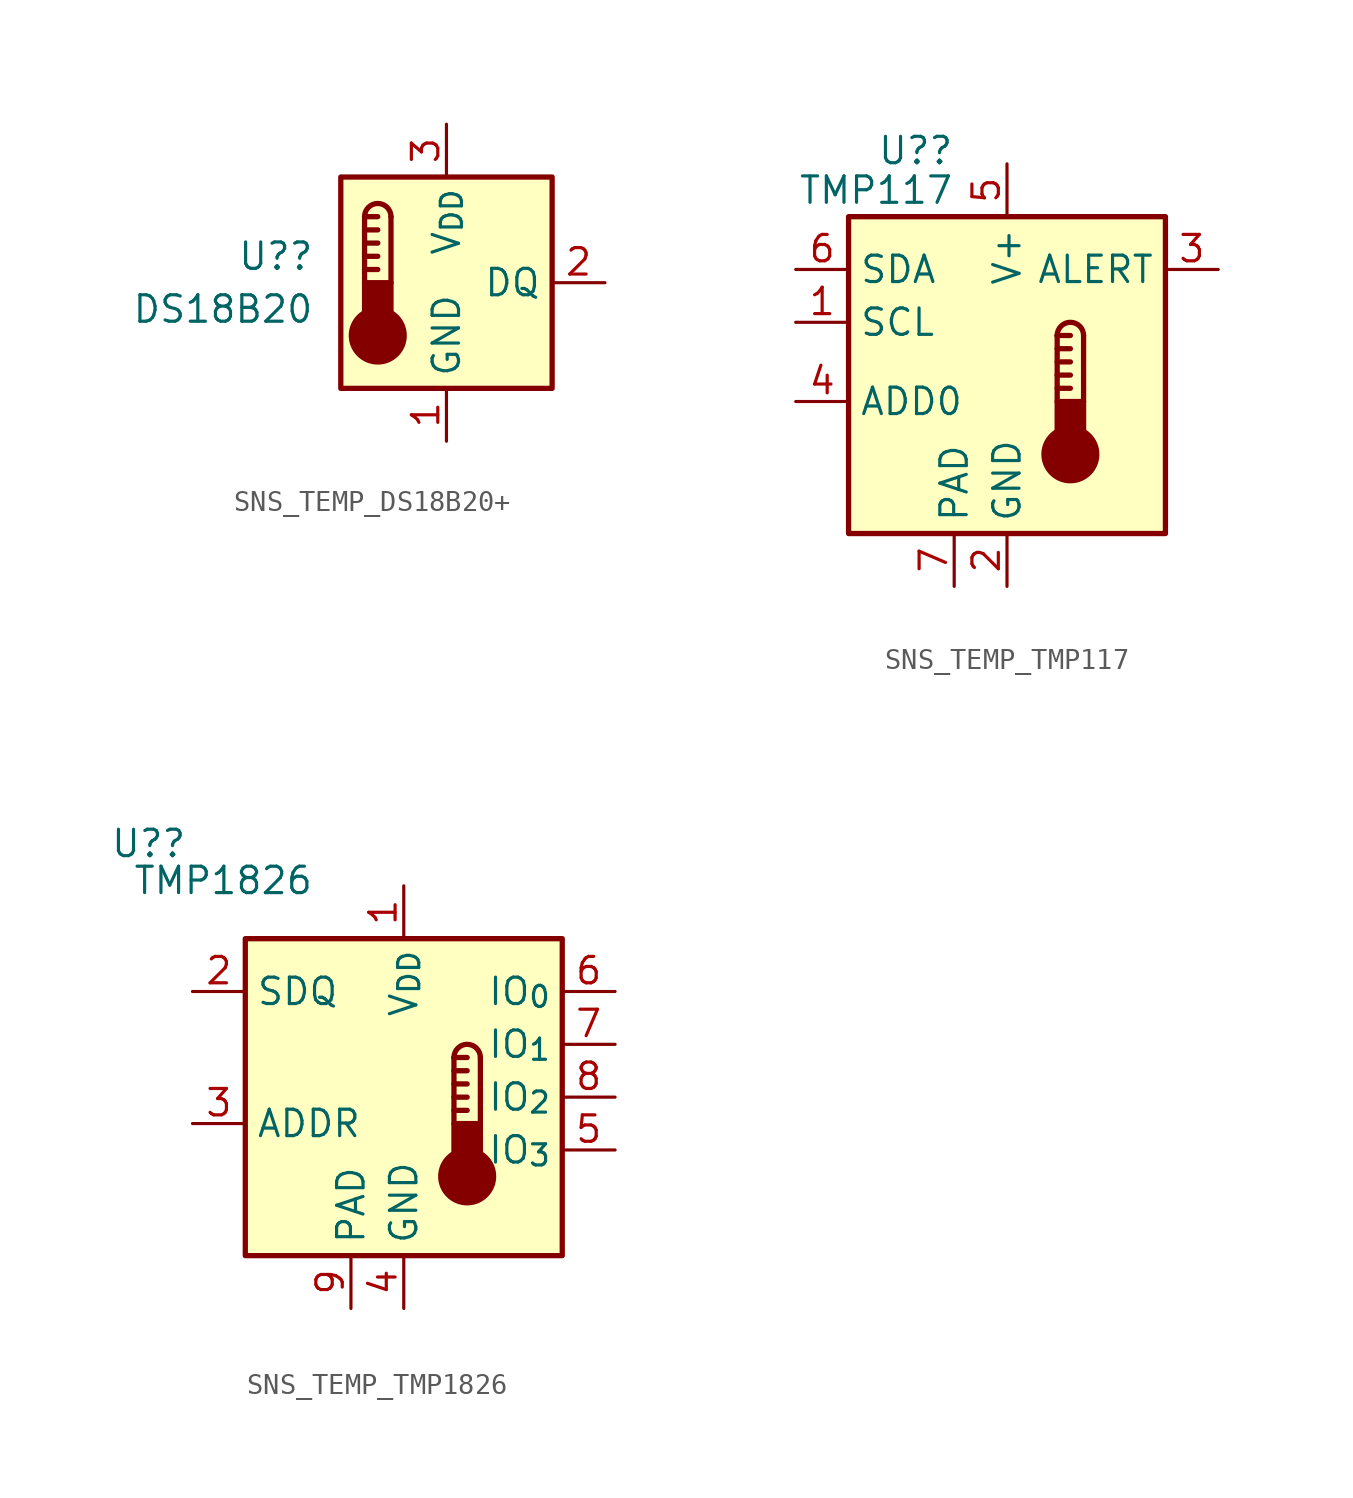
<source format=kicad_sym>
(kicad_symbol_lib
  (version 20231120)
  (generator "kicad_symbol_editor")
  (generator_version "8.0")
  (symbol "SNS_TEMP_DS18B20+"
    (property "Reference" "U?"
      (at -6.35 1.27 0)
      (effects (font (size 1.27 1.27)) (justify right)))
    (property "Value" "DS18B20"
      (at -6.35 -1.27 0)
      (effects (font (size 1.27 1.27)) (justify right)))
    (symbol "SNS_TEMP_DS18B20+_0_1"
      (rectangle (start -5.08 5.08) (end 5.08 -5.08) (stroke (width 0.254) (type default)) (fill (type background)))
      (circle (center -3.302 -2.54) (radius 1.27) (stroke (width 0.254) (type default)) (fill (type outline)))
      (rectangle (start -2.667 -1.905) (end -3.937 0) (stroke (width 0.254) (type default)) (fill (type outline)))
      (arc (start -2.667 3.175) (mid -3.302 3.8073) (end -3.937 3.175) (stroke (width 0.254) (type default)) (fill (type none)))
      (polyline (pts (xy -3.937 0.635) (xy -3.302 0.635)) (stroke (width 0.254) (type default)) (fill (type none)))
      (polyline (pts (xy -3.937 1.27) (xy -3.302 1.27)) (stroke (width 0.254) (type default)) (fill (type none)))
      (polyline (pts (xy -3.937 1.905) (xy -3.302 1.905)) (stroke (width 0.254) (type default)) (fill (type none)))
      (polyline (pts (xy -3.937 2.54) (xy -3.302 2.54)) (stroke (width 0.254) (type default)) (fill (type none)))
      (polyline (pts (xy -3.937 3.175) (xy -3.937 0)) (stroke (width 0.254) (type default)) (fill (type none)))
      (polyline (pts (xy -3.937 3.175) (xy -3.302 3.175)) (stroke (width 0.254) (type default)) (fill (type none)))
      (polyline (pts (xy -2.667 3.175) (xy -2.667 0)) (stroke (width 0.254) (type default)) (fill (type none))))
    (symbol "SNS_TEMP_DS18B20+_1_1"
      (pin power_in line (at 0 -7.62 90) (length 2.54) (name "GND" (effects (font (size 1.27 1.27)))) (number "1" (effects (font (size 1.27 1.27)))))
      (pin bidirectional line (at 7.62 0 180) (length 2.54) (name "DQ" (effects (font (size 1.27 1.27)))) (number "2" (effects (font (size 1.27 1.27)))))
      (pin power_in line (at 0 7.62 270) (length 2.54) (name "V_{DD}" (effects (font (size 1.27 1.27)))) (number "3" (effects (font (size 1.27 1.27)))))))
  (symbol "SNS_TEMP_TMP117"
    (property "Reference" "U?"
      (at -2.54 10.795 0)
      (effects (font (size 1.27 1.27)) (justify right)))
    (property "Value" "TMP117"
      (at -2.54 8.89 0)
      (effects (font (size 1.27 1.27)) (justify right)))
    (symbol "SNS_TEMP_TMP117_0_1"
      (rectangle (start -7.62 7.62) (end 7.62 -7.62) (stroke (width 0.254) (type default)) (fill (type background))))
    (symbol "SNS_TEMP_TMP117_1_1"
      (polyline (pts (xy 2.413 -0.635) (xy 3.048 -0.635)) (stroke (width 0.254) (type default)) (fill (type none)))
      (polyline (pts (xy 2.413 0) (xy 3.048 0)) (stroke (width 0.254) (type default)) (fill (type none)))
      (polyline (pts (xy 2.413 0.635) (xy 3.048 0.635)) (stroke (width 0.254) (type default)) (fill (type none)))
      (polyline (pts (xy 2.413 1.27) (xy 3.048 1.27)) (stroke (width 0.254) (type default)) (fill (type none)))
      (polyline (pts (xy 2.413 1.905) (xy 2.413 -1.27)) (stroke (width 0.254) (type default)) (fill (type none)))
      (polyline (pts (xy 2.413 1.905) (xy 3.048 1.905)) (stroke (width 0.254) (type default)) (fill (type none)))
      (polyline (pts (xy 3.683 1.905) (xy 3.683 -1.27)) (stroke (width 0.254) (type default)) (fill (type none)))
      (circle (center 3.048 -3.81) (radius 1.27) (stroke (width 0.254) (type default)) (fill (type outline)))
      (rectangle (start 3.683 -3.175) (end 2.413 -1.27) (stroke (width 0.254) (type default)) (fill (type outline)))
      (arc (start 3.683 1.905) (mid 3.048 2.5373) (end 2.413 1.905) (stroke (width 0.254) (type default)) (fill (type none)))
      (pin input line (at -10.16 2.54 0) (length 2.54) (name "SCL" (effects (font (size 1.27 1.27)))) (number "1" (effects (font (size 1.27 1.27)))))
      (pin power_in line (at 0 -10.16 90) (length 2.54) (name "GND" (effects (font (size 1.27 1.27)))) (number "2" (effects (font (size 1.27 1.27)))))
      (pin open_collector line (at 10.16 5.08 180) (length 2.54) (name "ALERT" (effects (font (size 1.27 1.27)))) (number "3" (effects (font (size 1.27 1.27)))))
      (pin input line (at -10.16 -1.27 0) (length 2.54) (name "ADD0" (effects (font (size 1.27 1.27)))) (number "4" (effects (font (size 1.27 1.27)))))
      (pin power_in line (at 0 10.16 270) (length 2.54) (name "V+" (effects (font (size 1.27 1.27)))) (number "5" (effects (font (size 1.27 1.27)))))
      (pin bidirectional line (at -10.16 5.08 0) (length 2.54) (name "SDA" (effects (font (size 1.27 1.27)))) (number "6" (effects (font (size 1.27 1.27)))))
      (pin power_in line (at -2.54 -10.16 90) (length 2.54) (name "PAD" (effects (font (size 1.27 1.27)))) (number "7" (effects (font (size 1.27 1.27)))))))
  (symbol "SNS_TEMP_TMP1826"
    (property "Reference" "U?"
      (at -10.414 12.192 0)
      (effects (font (size 1.27 1.27)) (justify right)))
    (property "Value" "TMP1826"
      (at -4.318 10.414 0)
      (effects (font (size 1.27 1.27)) (justify right)))
    (symbol "SNS_TEMP_TMP1826_0_1"
      (rectangle (start -7.62 7.62) (end 7.62 -7.62) (stroke (width 0.254) (type default)) (fill (type background))))
    (symbol "SNS_TEMP_TMP1826_1_1"
      (polyline (pts (xy 2.413 -0.635) (xy 3.048 -0.635)) (stroke (width 0.254) (type default)) (fill (type none)))
      (polyline (pts (xy 2.413 0) (xy 3.048 0)) (stroke (width 0.254) (type default)) (fill (type none)))
      (polyline (pts (xy 2.413 0.635) (xy 3.048 0.635)) (stroke (width 0.254) (type default)) (fill (type none)))
      (polyline (pts (xy 2.413 1.27) (xy 3.048 1.27)) (stroke (width 0.254) (type default)) (fill (type none)))
      (polyline (pts (xy 2.413 1.905) (xy 2.413 -1.27)) (stroke (width 0.254) (type default)) (fill (type none)))
      (polyline (pts (xy 2.413 1.905) (xy 3.048 1.905)) (stroke (width 0.254) (type default)) (fill (type none)))
      (polyline (pts (xy 3.683 1.905) (xy 3.683 -1.27)) (stroke (width 0.254) (type default)) (fill (type none)))
      (circle (center 3.048 -3.81) (radius 1.27) (stroke (width 0.254) (type default)) (fill (type outline)))
      (rectangle (start 3.683 -3.175) (end 2.413 -1.27) (stroke (width 0.254) (type default)) (fill (type outline)))
      (arc (start 3.683 1.905) (mid 3.048 2.5373) (end 2.413 1.905) (stroke (width 0.254) (type default)) (fill (type none)))
      (pin power_in line (at 0 10.16 270) (length 2.54) (name "V_{DD}" (effects (font (size 1.27 1.27)))) (number "1" (effects (font (size 1.27 1.27)))))
      (pin bidirectional line (at -10.16 5.08 0) (length 2.54) (name "SDQ" (effects (font (size 1.27 1.27)))) (number "2" (effects (font (size 1.27 1.27)))))
      (pin passive line (at -10.16 -1.27 0) (length 2.54) (name "ADDR" (effects (font (size 1.27 1.27)))) (number "3" (effects (font (size 1.27 1.27)))))
      (pin power_in line (at 0 -10.16 90) (length 2.54) (name "GND" (effects (font (size 1.27 1.27)))) (number "4" (effects (font (size 1.27 1.27)))))
      (pin bidirectional line (at 10.16 -2.54 180) (length 2.54) (name "IO_{3}" (effects (font (size 1.27 1.27)))) (number "5" (effects (font (size 1.27 1.27)))))
      (pin bidirectional line (at 10.16 5.08 180) (length 2.54) (name "IO_{0}" (effects (font (size 1.27 1.27)))) (number "6" (effects (font (size 1.27 1.27)))))
      (pin bidirectional line (at 10.16 2.54 180) (length 2.54) (name "IO_{1}" (effects (font (size 1.27 1.27)))) (number "7" (effects (font (size 1.27 1.27)))))
      (pin bidirectional line (at 10.16 0 180) (length 2.54) (name "IO_{2}" (effects (font (size 1.27 1.27)))) (number "8" (effects (font (size 1.27 1.27)))))
      (pin passive line (at -2.54 -10.16 90) (length 2.54) (name "PAD" (effects (font (size 1.27 1.27)))) (number "9" (effects (font (size 1.27 1.27))))))))
</source>
